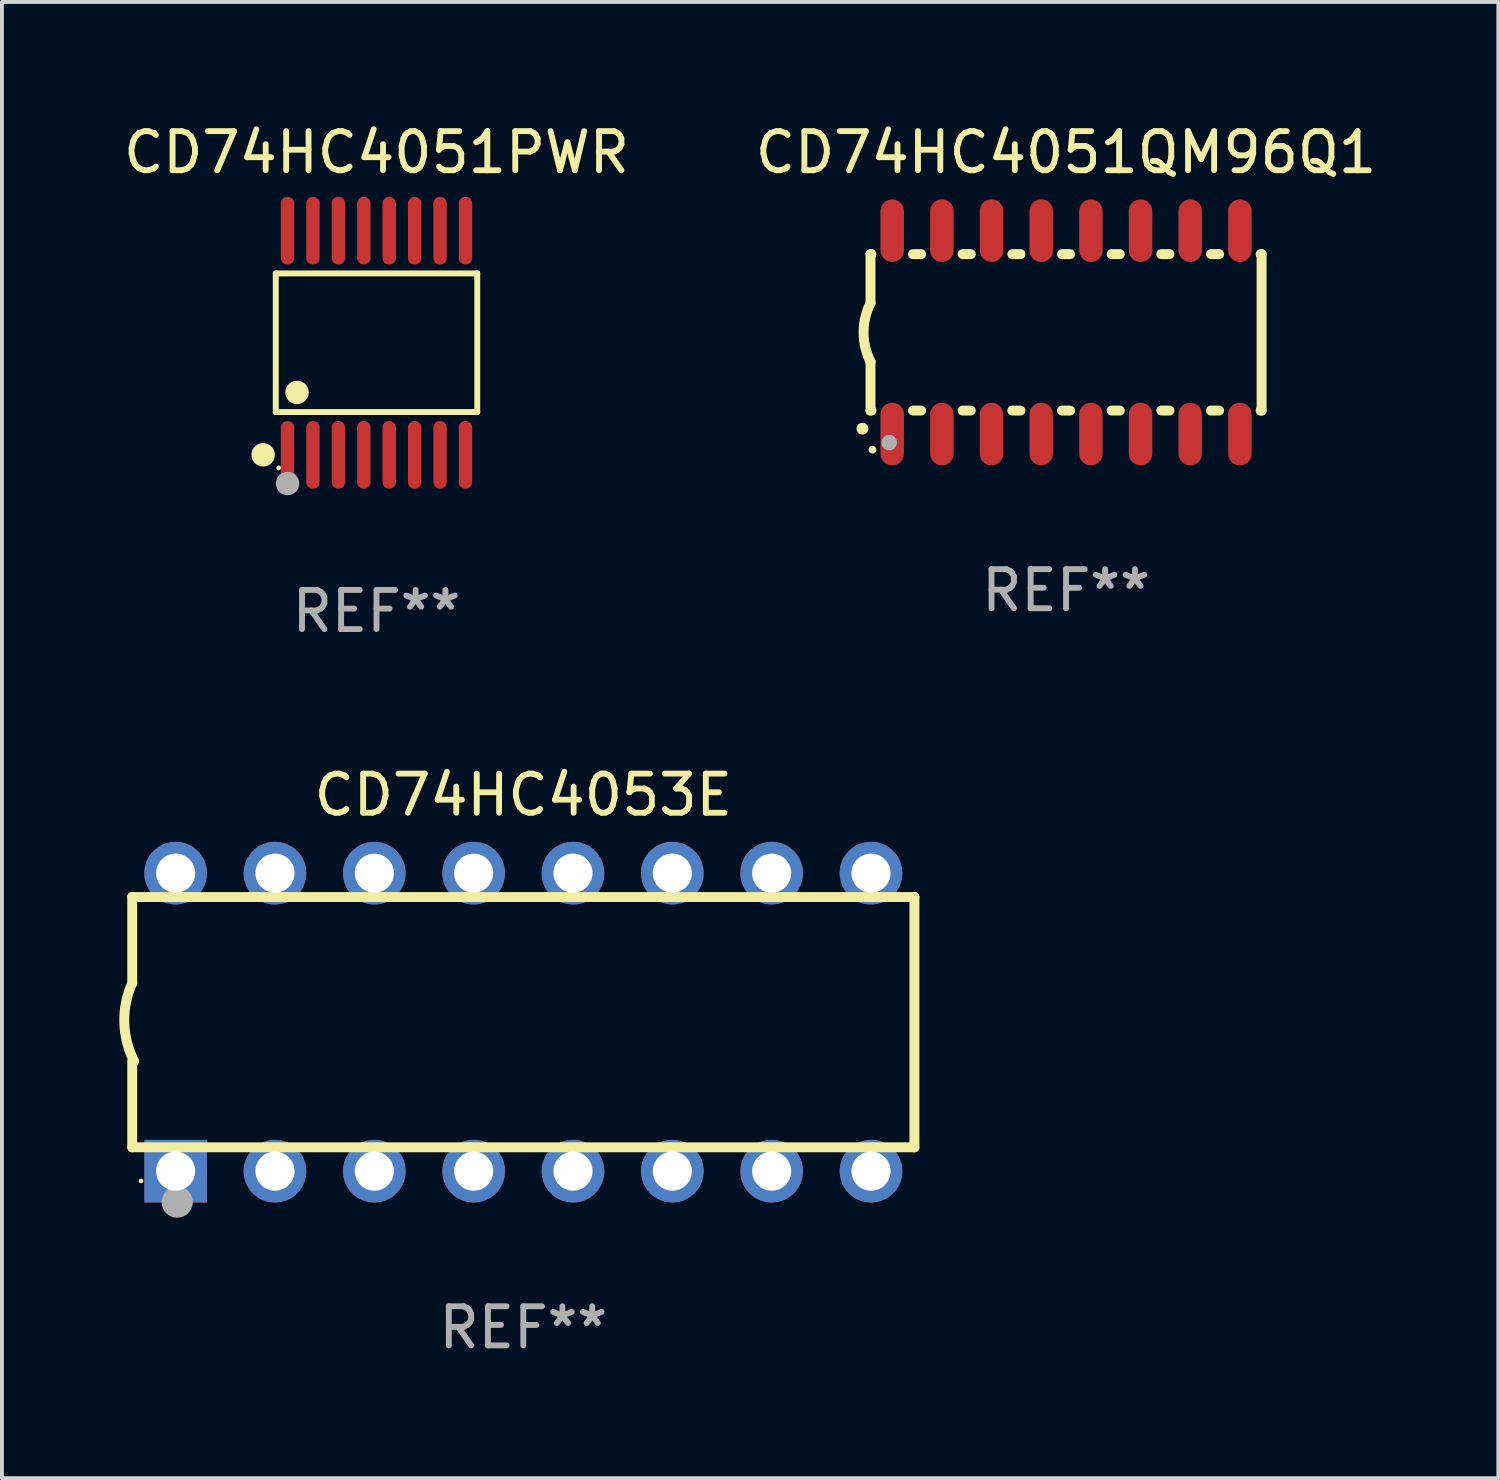
<source format=kicad_pcb>
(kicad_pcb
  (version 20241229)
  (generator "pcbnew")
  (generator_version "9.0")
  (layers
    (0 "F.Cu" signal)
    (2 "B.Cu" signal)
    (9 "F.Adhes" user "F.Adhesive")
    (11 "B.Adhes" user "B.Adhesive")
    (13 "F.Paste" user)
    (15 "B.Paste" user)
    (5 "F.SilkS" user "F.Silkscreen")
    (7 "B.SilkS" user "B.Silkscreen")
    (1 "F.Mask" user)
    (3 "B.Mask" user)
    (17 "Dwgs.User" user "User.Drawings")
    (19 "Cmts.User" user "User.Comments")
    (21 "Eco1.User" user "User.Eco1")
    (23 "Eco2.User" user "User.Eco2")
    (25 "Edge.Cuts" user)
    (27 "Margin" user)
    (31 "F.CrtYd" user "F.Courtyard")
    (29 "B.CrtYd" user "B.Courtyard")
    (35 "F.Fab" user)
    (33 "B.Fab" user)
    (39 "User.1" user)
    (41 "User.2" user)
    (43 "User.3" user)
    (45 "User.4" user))
  (footprint "CD74HC4051PWR"
    (layer "F.Cu")
    (at 6.577 5.714)
    (property "Reference" "CD74HC4051PWR" (at 0 -4.866 0) (layer "F.SilkS") (effects (font (size 1 1) (thickness 0.15))))
    (attr through_hole)
    (fp_line (start -2.576 -1.772) (end 2.576 -1.772) (stroke (width 0.152) (type solid)) (layer "F.SilkS"))
    (fp_line (start -2.576 1.771) (end -2.576 -1.772) (stroke (width 0.152) (type solid)) (layer "F.SilkS"))
    (fp_line (start 2.576 -1.772) (end 2.576 1.771) (stroke (width 0.152) (type solid)) (layer "F.SilkS"))
    (fp_line (start 2.576 1.771) (end -2.576 1.771) (stroke (width 0.152) (type solid)) (layer "F.SilkS"))
    (fp_circle (center -2.899 2.866) (end -2.749 2.866) (stroke (width 0.3) (type solid)) (fill no) (layer "F.SilkS"))
    (fp_circle (center -2.5 3.2) (end -2.47 3.2) (stroke (width 0.06) (type solid)) (fill no) (layer "F.SilkS"))
    (fp_circle (center -2.032 1.27) (end -1.882 1.27) (stroke (width 0.3) (type solid)) (fill no) (layer "F.SilkS"))
    (fp_circle (center -2.275 3.6) (end -2.125 3.6) (stroke (width 0.3) (type solid)) (fill no) (layer "F.Fab"))
    (fp_text user "REF**" (at 0 6.866 0) (layer "F.Fab") (effects (font (size 1 1) (thickness 0.15))))
    (pad "1" smd oval (at -2.275 2.866) (size 0.343 1.731) (layers "F.Cu" "F.Mask" "F.Paste"))
    (pad "2" smd oval (at -1.625 2.866) (size 0.343 1.731) (layers "F.Cu" "F.Mask" "F.Paste"))
    (pad "3" smd oval (at -0.975 2.866) (size 0.343 1.731) (layers "F.Cu" "F.Mask" "F.Paste"))
    (pad "4" smd oval (at -0.325 2.866) (size 0.343 1.731) (layers "F.Cu" "F.Mask" "F.Paste"))
    (pad "5" smd oval (at 0.325 2.866) (size 0.343 1.731) (layers "F.Cu" "F.Mask" "F.Paste"))
    (pad "6" smd oval (at 0.975 2.866) (size 0.343 1.731) (layers "F.Cu" "F.Mask" "F.Paste"))
    (pad "7" smd oval (at 1.625 2.866) (size 0.343 1.731) (layers "F.Cu" "F.Mask" "F.Paste"))
    (pad "8" smd oval (at 2.275 2.866) (size 0.343 1.731) (layers "F.Cu" "F.Mask" "F.Paste"))
    (pad "9" smd oval (at 2.275 -2.866) (size 0.343 1.731) (layers "F.Cu" "F.Mask" "F.Paste"))
    (pad "10" smd oval (at 1.625 -2.866) (size 0.343 1.731) (layers "F.Cu" "F.Mask" "F.Paste"))
    (pad "11" smd oval (at 0.975 -2.866) (size 0.343 1.731) (layers "F.Cu" "F.Mask" "F.Paste"))
    (pad "12" smd oval (at 0.325 -2.866) (size 0.343 1.731) (layers "F.Cu" "F.Mask" "F.Paste"))
    (pad "13" smd oval (at -0.325 -2.866) (size 0.343 1.731) (layers "F.Cu" "F.Mask" "F.Paste"))
    (pad "14" smd oval (at -0.975 -2.866) (size 0.343 1.731) (layers "F.Cu" "F.Mask" "F.Paste"))
    (pad "15" smd oval (at -1.625 -2.866) (size 0.343 1.731) (layers "F.Cu" "F.Mask" "F.Paste"))
    (pad "16" smd oval (at -2.275 -2.866) (size 0.343 1.731) (layers "F.Cu" "F.Mask" "F.Paste")))
  (footprint "CD74HC4053E"
    (layer "F.Cu")
    (at 10.331 23.086)
    (property "Reference" "CD74HC4053E" (at 0 -5.81 0) (layer "F.SilkS") (effects (font (size 1 1) (thickness 0.15))))
    (attr through_hole)
    (fp_line (start -10 -0.998) (end -10 -3.198) (stroke (width 0.254) (type solid)) (layer "F.SilkS"))
    (fp_line (start -10 3.2) (end -10 1) (stroke (width 0.254) (type solid)) (layer "F.SilkS"))
    (fp_line (start 10 -3.2) (end -10 -3.2) (stroke (width 0.254) (type solid)) (layer "F.SilkS"))
    (fp_line (start 10 3.2) (end -10 3.2) (stroke (width 0.254) (type solid)) (layer "F.SilkS"))
    (fp_line (start 10 3.2) (end 10 -3.2) (stroke (width 0.254) (type solid)) (layer "F.SilkS"))
    (fp_arc (start -9.949975 0.999974) (mid -10.203153 0.005693) (end -9.999987 -1) (stroke (width 0.254001) (type solid)) (layer "F.SilkS"))
    (fp_circle (center -9.775 4.06) (end -9.745 4.06) (stroke (width 0.06) (type solid)) (fill no) (layer "F.SilkS"))
    (fp_circle (center -8.85 4.6) (end -8.65 4.6) (stroke (width 0.4) (type solid)) (fill no) (layer "F.Fab"))
    (fp_text user "REF**" (at 0 7.81 0) (layer "F.Fab") (effects (font (size 1 1) (thickness 0.15))))
    (pad "1" thru_hole rect (at -8.89 3.81 90) (size 1.6 1.6) (drill 1) (layers "*.Cu" "*.Mask"))
    (pad "2" thru_hole circle (at -6.35 3.81) (size 1.6 1.6) (drill 1) (layers "*.Cu" "*.Mask"))
    (pad "3" thru_hole circle (at -3.81 3.81) (size 1.6 1.6) (drill 1) (layers "*.Cu" "*.Mask"))
    (pad "4" thru_hole circle (at -1.27 3.81) (size 1.6 1.6) (drill 1) (layers "*.Cu" "*.Mask"))
    (pad "5" thru_hole circle (at 1.27 3.81) (size 1.6 1.6) (drill 1) (layers "*.Cu" "*.Mask"))
    (pad "6" thru_hole circle (at 3.81 3.81) (size 1.6 1.6) (drill 1) (layers "*.Cu" "*.Mask"))
    (pad "7" thru_hole circle (at 6.35 3.81) (size 1.6 1.6) (drill 1) (layers "*.Cu" "*.Mask"))
    (pad "8" thru_hole circle (at 8.89 3.81) (size 1.6 1.6) (drill 1) (layers "*.Cu" "*.Mask"))
    (pad "9" thru_hole circle (at 8.89 -3.81) (size 1.6 1.6) (drill 1) (layers "*.Cu" "*.Mask"))
    (pad "10" thru_hole circle (at 6.35 -3.81) (size 1.6 1.6) (drill 1) (layers "*.Cu" "*.Mask"))
    (pad "11" thru_hole circle (at 3.81 -3.81) (size 1.6 1.6) (drill 1) (layers "*.Cu" "*.Mask"))
    (pad "12" thru_hole circle (at 1.27 -3.81) (size 1.6 1.6) (drill 1) (layers "*.Cu" "*.Mask"))
    (pad "13" thru_hole circle (at -1.27 -3.81) (size 1.6 1.6) (drill 1) (layers "*.Cu" "*.Mask"))
    (pad "14" thru_hole circle (at -3.81 -3.81) (size 1.6 1.6) (drill 1) (layers "*.Cu" "*.Mask"))
    (pad "15" thru_hole circle (at -6.35 -3.81) (size 1.6 1.6) (drill 1) (layers "*.Cu" "*.Mask"))
    (pad "16" thru_hole circle (at -8.89 -3.81) (size 1.6 1.6) (drill 1) (layers "*.Cu" "*.Mask")))
  (footprint "CD74HC4051QM96Q1"
    (layer "F.Cu")
    (at 24.208 5.448)
    (property "Reference" "CD74HC4051QM96Q1" (at 0 -4.6 0) (layer "F.SilkS") (effects (font (size 1 1) (thickness 0.15))))
    (attr through_hole)
    (fp_line (start -5 -2) (end -5 -0.75) (stroke (width 0.254) (type solid)) (layer "F.SilkS"))
    (fp_line (start -5 -2) (end -4.976 -2) (stroke (width 0.254) (type solid)) (layer "F.SilkS"))
    (fp_line (start -5 2) (end -5 0.75) (stroke (width 0.254) (type solid)) (layer "F.SilkS"))
    (fp_line (start -5 2) (end -4.976 2) (stroke (width 0.254) (type solid)) (layer "F.SilkS"))
    (fp_line (start -3.914 -2) (end -3.706 -2) (stroke (width 0.254) (type solid)) (layer "F.SilkS"))
    (fp_line (start -3.914 2) (end -3.706 2) (stroke (width 0.254) (type solid)) (layer "F.SilkS"))
    (fp_line (start -2.644 -2) (end -2.436 -2) (stroke (width 0.254) (type solid)) (layer "F.SilkS"))
    (fp_line (start -2.644 2) (end -2.436 2) (stroke (width 0.254) (type solid)) (layer "F.SilkS"))
    (fp_line (start -1.374 -2) (end -1.166 -2) (stroke (width 0.254) (type solid)) (layer "F.SilkS"))
    (fp_line (start -1.374 2) (end -1.166 2) (stroke (width 0.254) (type solid)) (layer "F.SilkS"))
    (fp_line (start -0.104 -2) (end 0.104 -2) (stroke (width 0.254) (type solid)) (layer "F.SilkS"))
    (fp_line (start -0.104 2) (end 0.104 2) (stroke (width 0.254) (type solid)) (layer "F.SilkS"))
    (fp_line (start 1.166 -2) (end 1.374 -2) (stroke (width 0.254) (type solid)) (layer "F.SilkS"))
    (fp_line (start 1.166 2) (end 1.374 2) (stroke (width 0.254) (type solid)) (layer "F.SilkS"))
    (fp_line (start 2.436 -2) (end 2.644 -2) (stroke (width 0.254) (type solid)) (layer "F.SilkS"))
    (fp_line (start 2.436 2) (end 2.644 2) (stroke (width 0.254) (type solid)) (layer "F.SilkS"))
    (fp_line (start 3.706 -2) (end 3.914 -2) (stroke (width 0.254) (type solid)) (layer "F.SilkS"))
    (fp_line (start 3.706 2) (end 3.914 2) (stroke (width 0.254) (type solid)) (layer "F.SilkS"))
    (fp_line (start 4.976 -2) (end 5 -2) (stroke (width 0.254) (type solid)) (layer "F.SilkS"))
    (fp_line (start 4.976 2) (end 5 2) (stroke (width 0.254) (type solid)) (layer "F.SilkS"))
    (fp_line (start 5 2) (end 5 -2) (stroke (width 0.254) (type solid)) (layer "F.SilkS"))
    (fp_arc (start -5.20701 2.46383) (mid -5.20574 2.463825) (end -5.20447 2.46383) (stroke (width 0.3) (type solid)) (layer "F.SilkS"))
    (fp_arc (start -5 0.751207) (mid -5.177192 0.00061) (end -5 -0.749987) (stroke (width 0.254001) (type solid)) (layer "F.SilkS"))
    (fp_circle (center -4.95 3) (end -4.9 3) (stroke (width 0.1) (type solid)) (fill no) (layer "F.SilkS"))
    (fp_circle (center -4.521 2.819) (end -4.421 2.819) (stroke (width 0.2) (type solid)) (fill no) (layer "F.Fab"))
    (fp_text user "REF**" (at 0 6.6 0) (layer "F.Fab") (effects (font (size 1 1) (thickness 0.15))))
    (pad "1" smd oval (at -4.445 2.6 180) (size 0.6 1.6) (layers "F.Cu" "F.Mask" "F.Paste"))
    (pad "2" smd oval (at -3.175 2.6 180) (size 0.6 1.6) (layers "F.Cu" "F.Mask" "F.Paste"))
    (pad "3" smd oval (at -1.905 2.6 180) (size 0.6 1.6) (layers "F.Cu" "F.Mask" "F.Paste"))
    (pad "4" smd oval (at -0.635 2.6 180) (size 0.6 1.6) (layers "F.Cu" "F.Mask" "F.Paste"))
    (pad "5" smd oval (at 0.635 2.6 180) (size 0.6 1.6) (layers "F.Cu" "F.Mask" "F.Paste"))
    (pad "6" smd oval (at 1.905 2.6 180) (size 0.6 1.6) (layers "F.Cu" "F.Mask" "F.Paste"))
    (pad "7" smd oval (at 3.175 2.6 180) (size 0.6 1.6) (layers "F.Cu" "F.Mask" "F.Paste"))
    (pad "8" smd oval (at 4.445 2.6 180) (size 0.6 1.6) (layers "F.Cu" "F.Mask" "F.Paste"))
    (pad "9" smd oval (at 4.445 -2.6 180) (size 0.6 1.6) (layers "F.Cu" "F.Mask" "F.Paste"))
    (pad "10" smd oval (at 3.175 -2.6 180) (size 0.6 1.6) (layers "F.Cu" "F.Mask" "F.Paste"))
    (pad "11" smd oval (at 1.905 -2.6 180) (size 0.6 1.6) (layers "F.Cu" "F.Mask" "F.Paste"))
    (pad "12" smd oval (at 0.635 -2.6 180) (size 0.6 1.6) (layers "F.Cu" "F.Mask" "F.Paste"))
    (pad "13" smd oval (at -0.635 -2.6 180) (size 0.6 1.6) (layers "F.Cu" "F.Mask" "F.Paste"))
    (pad "14" smd oval (at -1.905 -2.6 180) (size 0.6 1.6) (layers "F.Cu" "F.Mask" "F.Paste"))
    (pad "15" smd oval (at -3.175 -2.6 180) (size 0.6 1.6) (layers "F.Cu" "F.Mask" "F.Paste"))
    (pad "16" smd oval (at -4.445 -2.6 180) (size 0.6 1.6) (layers "F.Cu" "F.Mask" "F.Paste")))
  (gr_rect
    (start -3 -3)
    (end 35.262 34.745)
    (stroke (width 0.1) (type default))
    (fill no)
    (layer "Edge.Cuts")))
</source>
